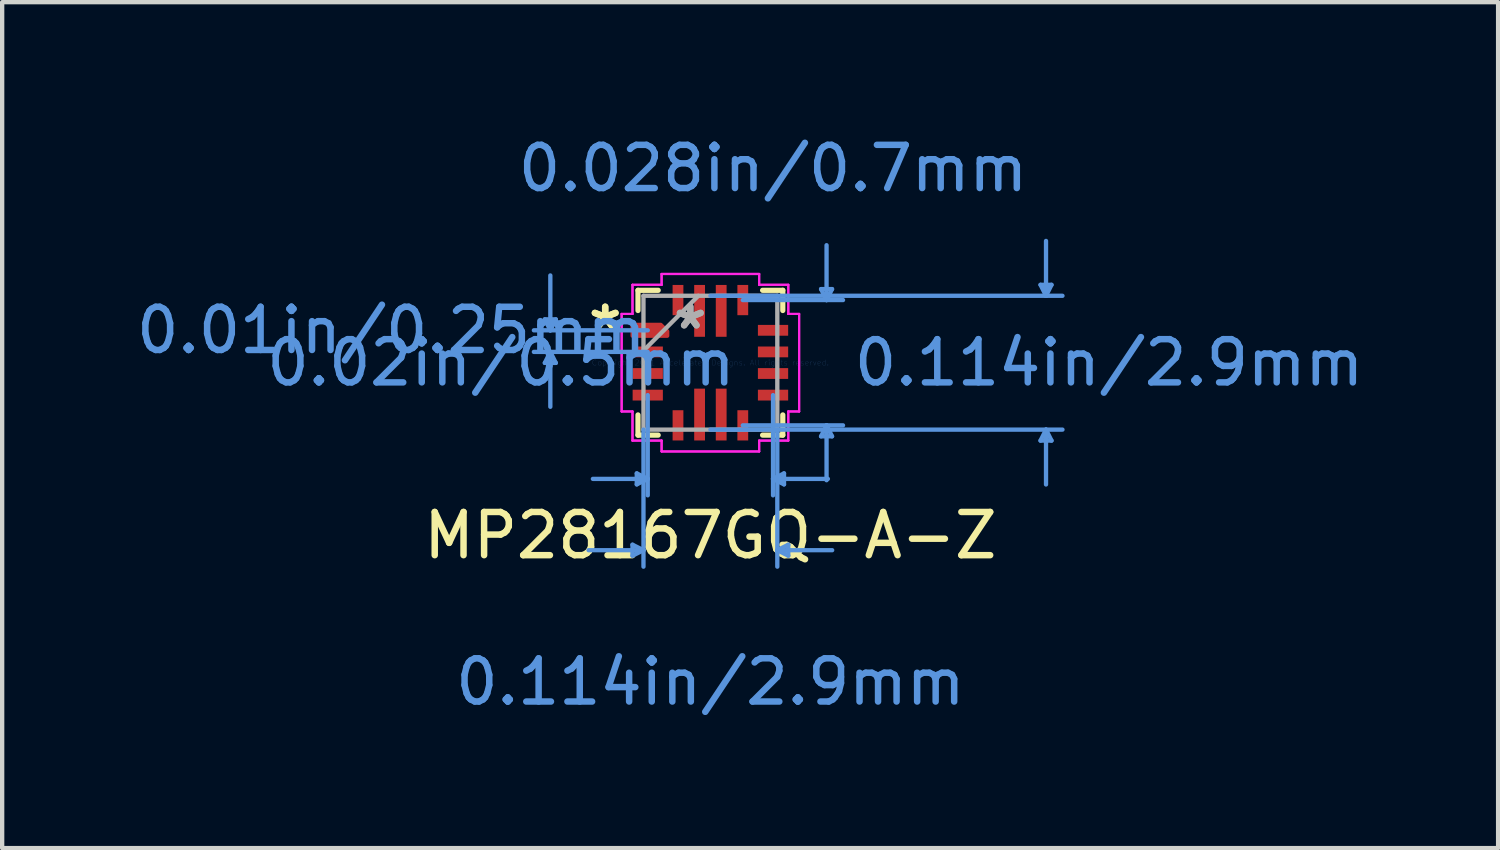
<source format=kicad_pcb>
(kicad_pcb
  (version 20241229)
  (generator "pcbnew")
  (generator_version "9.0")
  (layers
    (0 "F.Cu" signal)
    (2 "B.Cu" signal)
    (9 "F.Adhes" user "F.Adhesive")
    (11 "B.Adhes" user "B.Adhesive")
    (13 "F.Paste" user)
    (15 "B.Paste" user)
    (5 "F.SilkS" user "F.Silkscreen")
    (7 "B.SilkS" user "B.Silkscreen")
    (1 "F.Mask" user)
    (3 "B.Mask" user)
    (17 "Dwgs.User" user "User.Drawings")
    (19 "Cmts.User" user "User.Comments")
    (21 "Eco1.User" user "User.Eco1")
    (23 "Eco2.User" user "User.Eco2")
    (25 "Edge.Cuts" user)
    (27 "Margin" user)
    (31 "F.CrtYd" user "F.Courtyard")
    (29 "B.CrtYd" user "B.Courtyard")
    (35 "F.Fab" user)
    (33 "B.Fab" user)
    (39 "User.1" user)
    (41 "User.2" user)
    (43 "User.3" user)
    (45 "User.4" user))
  (footprint "MP28167GQ-A-Z"
    (layer "F.Cu")
    (at 13.394 5.346)
    (property "Reference" "MP28167GQ-A-Z" (at 0 4 0) (layer "F.SilkS") (effects (font (size 1 1) (thickness 0.15))))
    (attr through_hole)
    (fp_poly (pts (xy -1.8 -0.875) (xy -1.8 -0.625) (xy -1 -0.625) (xy -1 -0.725) (xy -1.15 -0.875)) (stroke (width 0.1) (type solid)) (fill yes) (layer "F.Cu"))
    (fp_poly (pts (xy -1.8 -0.875) (xy -1.8 -0.625) (xy -1 -0.625) (xy -1 -0.725) (xy -1.15 -0.875)) (stroke (width 0.1) (type solid)) (fill yes) (layer "F.Mask"))
    (fp_line (start -1.676 -1.676) (end -1.676 -1.208) (stroke (width 0.12) (type solid)) (layer "F.SilkS"))
    (fp_line (start -1.676 1.208) (end -1.676 1.676) (stroke (width 0.12) (type solid)) (layer "F.SilkS"))
    (fp_line (start -1.676 1.676) (end -1.208 1.676) (stroke (width 0.12) (type solid)) (layer "F.SilkS"))
    (fp_line (start -1.208 -1.676) (end -1.676 -1.676) (stroke (width 0.12) (type solid)) (layer "F.SilkS"))
    (fp_line (start 1.208 1.676) (end 1.676 1.676) (stroke (width 0.12) (type solid)) (layer "F.SilkS"))
    (fp_line (start 1.676 -1.676) (end 1.208 -1.676) (stroke (width 0.12) (type solid)) (layer "F.SilkS"))
    (fp_line (start 1.676 -1.208) (end 1.676 -1.676) (stroke (width 0.12) (type solid)) (layer "F.SilkS"))
    (fp_line (start 1.676 1.676) (end 1.676 1.208) (stroke (width 0.12) (type solid)) (layer "F.SilkS"))
    (fp_poly (pts (xy -1.8 -0.875) (xy -1.8 -0.625) (xy -1 -0.625) (xy -1 -0.725) (xy -1.15 -0.875)) (stroke (width 0.1) (type solid)) (fill yes) (layer "F.Paste"))
    (fp_line (start -3.832 -1.004) (end -3.578 -1.004) (stroke (width 0.1) (type solid)) (layer "Cmts.User"))
    (fp_line (start -3.832 0.004) (end -3.578 0.004) (stroke (width 0.1) (type solid)) (layer "Cmts.User"))
    (fp_line (start -3.705 -0.75) (end -3.832 -1.004) (stroke (width 0.1) (type solid)) (layer "Cmts.User"))
    (fp_line (start -3.705 -0.75) (end -3.705 -2.02) (stroke (width 0.1) (type solid)) (layer "Cmts.User"))
    (fp_line (start -3.705 -0.75) (end -3.578 -1.004) (stroke (width 0.1) (type solid)) (layer "Cmts.User"))
    (fp_line (start -3.705 -0.25) (end -3.832 0.004) (stroke (width 0.1) (type solid)) (layer "Cmts.User"))
    (fp_line (start -3.705 -0.25) (end -3.705 1.02) (stroke (width 0.1) (type solid)) (layer "Cmts.User"))
    (fp_line (start -3.705 -0.25) (end -3.578 0.004) (stroke (width 0.1) (type solid)) (layer "Cmts.User"))
    (fp_line (start -1.803 4.213) (end -1.803 4.467) (stroke (width 0.1) (type solid)) (layer "Cmts.User"))
    (fp_line (start -1.704 2.562) (end -1.704 2.816) (stroke (width 0.1) (type solid)) (layer "Cmts.User"))
    (fp_line (start -1.549 1.549) (end -1.549 4.721) (stroke (width 0.1) (type solid)) (layer "Cmts.User"))
    (fp_line (start -1.549 4.34) (end -2.819 4.34) (stroke (width 0.1) (type solid)) (layer "Cmts.User"))
    (fp_line (start -1.549 4.34) (end -1.803 4.213) (stroke (width 0.1) (type solid)) (layer "Cmts.User"))
    (fp_line (start -1.549 4.34) (end -1.803 4.467) (stroke (width 0.1) (type solid)) (layer "Cmts.User"))
    (fp_line (start -1.45 -0.75) (end -4.086 -0.75) (stroke (width 0.1) (type solid)) (layer "Cmts.User"))
    (fp_line (start -1.45 -0.25) (end -4.086 -0.25) (stroke (width 0.1) (type solid)) (layer "Cmts.User"))
    (fp_line (start -1.45 0.75) (end -1.45 3.07) (stroke (width 0.1) (type solid)) (layer "Cmts.User"))
    (fp_line (start -1.45 2.689) (end -2.72 2.689) (stroke (width 0.1) (type solid)) (layer "Cmts.User"))
    (fp_line (start -1.45 2.689) (end -1.704 2.562) (stroke (width 0.1) (type solid)) (layer "Cmts.User"))
    (fp_line (start -1.45 2.689) (end -1.704 2.816) (stroke (width 0.1) (type solid)) (layer "Cmts.User"))
    (fp_line (start 0 -1.549) (end 8.15 -1.549) (stroke (width 0.1) (type solid)) (layer "Cmts.User"))
    (fp_line (start 0 1.549) (end 8.15 1.549) (stroke (width 0.1) (type solid)) (layer "Cmts.User"))
    (fp_line (start 0.75 -1.45) (end 3.07 -1.45) (stroke (width 0.1) (type solid)) (layer "Cmts.User"))
    (fp_line (start 0.75 1.45) (end 3.07 1.45) (stroke (width 0.1) (type solid)) (layer "Cmts.User"))
    (fp_line (start 1.45 0.75) (end 1.45 3.07) (stroke (width 0.1) (type solid)) (layer "Cmts.User"))
    (fp_line (start 1.45 2.689) (end 1.704 2.562) (stroke (width 0.1) (type solid)) (layer "Cmts.User"))
    (fp_line (start 1.45 2.689) (end 1.704 2.816) (stroke (width 0.1) (type solid)) (layer "Cmts.User"))
    (fp_line (start 1.45 2.689) (end 2.72 2.689) (stroke (width 0.1) (type solid)) (layer "Cmts.User"))
    (fp_line (start 1.549 1.549) (end 1.549 4.721) (stroke (width 0.1) (type solid)) (layer "Cmts.User"))
    (fp_line (start 1.549 4.34) (end 1.803 4.213) (stroke (width 0.1) (type solid)) (layer "Cmts.User"))
    (fp_line (start 1.549 4.34) (end 1.803 4.467) (stroke (width 0.1) (type solid)) (layer "Cmts.User"))
    (fp_line (start 1.549 4.34) (end 2.819 4.34) (stroke (width 0.1) (type solid)) (layer "Cmts.User"))
    (fp_line (start 1.704 2.562) (end 1.704 2.816) (stroke (width 0.1) (type solid)) (layer "Cmts.User"))
    (fp_line (start 1.803 4.213) (end 1.803 4.467) (stroke (width 0.1) (type solid)) (layer "Cmts.User"))
    (fp_line (start 2.562 -1.704) (end 2.816 -1.704) (stroke (width 0.1) (type solid)) (layer "Cmts.User"))
    (fp_line (start 2.562 1.704) (end 2.816 1.704) (stroke (width 0.1) (type solid)) (layer "Cmts.User"))
    (fp_line (start 2.689 -1.45) (end 2.562 -1.704) (stroke (width 0.1) (type solid)) (layer "Cmts.User"))
    (fp_line (start 2.689 -1.45) (end 2.689 -2.72) (stroke (width 0.1) (type solid)) (layer "Cmts.User"))
    (fp_line (start 2.689 -1.45) (end 2.816 -1.704) (stroke (width 0.1) (type solid)) (layer "Cmts.User"))
    (fp_line (start 2.689 1.45) (end 2.562 1.704) (stroke (width 0.1) (type solid)) (layer "Cmts.User"))
    (fp_line (start 2.689 1.45) (end 2.689 2.72) (stroke (width 0.1) (type solid)) (layer "Cmts.User"))
    (fp_line (start 2.689 1.45) (end 2.816 1.704) (stroke (width 0.1) (type solid)) (layer "Cmts.User"))
    (fp_line (start 7.642 -1.803) (end 7.896 -1.803) (stroke (width 0.1) (type solid)) (layer "Cmts.User"))
    (fp_line (start 7.642 1.803) (end 7.896 1.803) (stroke (width 0.1) (type solid)) (layer "Cmts.User"))
    (fp_line (start 7.769 -1.549) (end 7.642 -1.803) (stroke (width 0.1) (type solid)) (layer "Cmts.User"))
    (fp_line (start 7.769 -1.549) (end 7.769 -2.819) (stroke (width 0.1) (type solid)) (layer "Cmts.User"))
    (fp_line (start 7.769 -1.549) (end 7.896 -1.803) (stroke (width 0.1) (type solid)) (layer "Cmts.User"))
    (fp_line (start 7.769 1.549) (end 7.642 1.803) (stroke (width 0.1) (type solid)) (layer "Cmts.User"))
    (fp_line (start 7.769 1.549) (end 7.769 2.819) (stroke (width 0.1) (type solid)) (layer "Cmts.User"))
    (fp_line (start 7.769 1.549) (end 7.896 1.803) (stroke (width 0.1) (type solid)) (layer "Cmts.User"))
    (fp_line (start -2.054 -1.129) (end -1.803 -1.129) (stroke (width 0.05) (type solid)) (layer "F.CrtYd"))
    (fp_line (start -2.054 -1.129) (end -1.803 -1.129) (stroke (width 0.05) (type solid)) (layer "F.CrtYd"))
    (fp_line (start -2.054 1.129) (end -2.054 -1.129) (stroke (width 0.05) (type solid)) (layer "F.CrtYd"))
    (fp_line (start -2.054 1.129) (end -2.054 -1.129) (stroke (width 0.05) (type solid)) (layer "F.CrtYd"))
    (fp_line (start -1.803 -1.803) (end -1.129 -1.803) (stroke (width 0.05) (type solid)) (layer "F.CrtYd"))
    (fp_line (start -1.803 -1.803) (end -1.129 -1.803) (stroke (width 0.05) (type solid)) (layer "F.CrtYd"))
    (fp_line (start -1.803 -1.129) (end -1.803 -1.803) (stroke (width 0.05) (type solid)) (layer "F.CrtYd"))
    (fp_line (start -1.803 -1.129) (end -1.803 -1.803) (stroke (width 0.05) (type solid)) (layer "F.CrtYd"))
    (fp_line (start -1.803 1.129) (end -2.054 1.129) (stroke (width 0.05) (type solid)) (layer "F.CrtYd"))
    (fp_line (start -1.803 1.129) (end -2.054 1.129) (stroke (width 0.05) (type solid)) (layer "F.CrtYd"))
    (fp_line (start -1.803 1.803) (end -1.803 1.129) (stroke (width 0.05) (type solid)) (layer "F.CrtYd"))
    (fp_line (start -1.803 1.803) (end -1.803 1.129) (stroke (width 0.05) (type solid)) (layer "F.CrtYd"))
    (fp_line (start -1.129 -2.054) (end 1.129 -2.054) (stroke (width 0.05) (type solid)) (layer "F.CrtYd"))
    (fp_line (start -1.129 -2.054) (end 1.129 -2.054) (stroke (width 0.05) (type solid)) (layer "F.CrtYd"))
    (fp_line (start -1.129 -1.803) (end -1.129 -2.054) (stroke (width 0.05) (type solid)) (layer "F.CrtYd"))
    (fp_line (start -1.129 -1.803) (end -1.129 -2.054) (stroke (width 0.05) (type solid)) (layer "F.CrtYd"))
    (fp_line (start -1.129 1.803) (end -1.803 1.803) (stroke (width 0.05) (type solid)) (layer "F.CrtYd"))
    (fp_line (start -1.129 1.803) (end -1.803 1.803) (stroke (width 0.05) (type solid)) (layer "F.CrtYd"))
    (fp_line (start -1.129 2.054) (end -1.129 1.803) (stroke (width 0.05) (type solid)) (layer "F.CrtYd"))
    (fp_line (start -1.129 2.054) (end -1.129 1.803) (stroke (width 0.05) (type solid)) (layer "F.CrtYd"))
    (fp_line (start 1.129 -2.054) (end 1.129 -1.803) (stroke (width 0.05) (type solid)) (layer "F.CrtYd"))
    (fp_line (start 1.129 -2.054) (end 1.129 -1.803) (stroke (width 0.05) (type solid)) (layer "F.CrtYd"))
    (fp_line (start 1.129 -1.803) (end 1.803 -1.803) (stroke (width 0.05) (type solid)) (layer "F.CrtYd"))
    (fp_line (start 1.129 -1.803) (end 1.803 -1.803) (stroke (width 0.05) (type solid)) (layer "F.CrtYd"))
    (fp_line (start 1.129 1.803) (end 1.129 2.054) (stroke (width 0.05) (type solid)) (layer "F.CrtYd"))
    (fp_line (start 1.129 1.803) (end 1.129 2.054) (stroke (width 0.05) (type solid)) (layer "F.CrtYd"))
    (fp_line (start 1.129 2.054) (end -1.129 2.054) (stroke (width 0.05) (type solid)) (layer "F.CrtYd"))
    (fp_line (start 1.129 2.054) (end -1.129 2.054) (stroke (width 0.05) (type solid)) (layer "F.CrtYd"))
    (fp_line (start 1.803 -1.803) (end 1.803 -1.129) (stroke (width 0.05) (type solid)) (layer "F.CrtYd"))
    (fp_line (start 1.803 -1.803) (end 1.803 -1.129) (stroke (width 0.05) (type solid)) (layer "F.CrtYd"))
    (fp_line (start 1.803 -1.129) (end 2.054 -1.129) (stroke (width 0.05) (type solid)) (layer "F.CrtYd"))
    (fp_line (start 1.803 -1.129) (end 2.054 -1.129) (stroke (width 0.05) (type solid)) (layer "F.CrtYd"))
    (fp_line (start 1.803 1.129) (end 1.803 1.803) (stroke (width 0.05) (type solid)) (layer "F.CrtYd"))
    (fp_line (start 1.803 1.129) (end 1.803 1.803) (stroke (width 0.05) (type solid)) (layer "F.CrtYd"))
    (fp_line (start 1.803 1.803) (end 1.129 1.803) (stroke (width 0.05) (type solid)) (layer "F.CrtYd"))
    (fp_line (start 1.803 1.803) (end 1.129 1.803) (stroke (width 0.05) (type solid)) (layer "F.CrtYd"))
    (fp_line (start 2.054 -1.129) (end 2.054 1.129) (stroke (width 0.05) (type solid)) (layer "F.CrtYd"))
    (fp_line (start 2.054 -1.129) (end 2.054 1.129) (stroke (width 0.05) (type solid)) (layer "F.CrtYd"))
    (fp_line (start 2.054 1.129) (end 1.803 1.129) (stroke (width 0.05) (type solid)) (layer "F.CrtYd"))
    (fp_line (start 2.054 1.129) (end 1.803 1.129) (stroke (width 0.05) (type solid)) (layer "F.CrtYd"))
    (fp_line (start -1.549 -1.549) (end -1.549 1.549) (stroke (width 0.1) (type solid)) (layer "F.Fab"))
    (fp_line (start -1.549 -0.279) (end -0.279 -1.549) (stroke (width 0.1) (type solid)) (layer "F.Fab"))
    (fp_line (start -1.549 1.549) (end 1.549 1.549) (stroke (width 0.1) (type solid)) (layer "F.Fab"))
    (fp_line (start 1.549 -1.549) (end -1.549 -1.549) (stroke (width 0.1) (type solid)) (layer "F.Fab"))
    (fp_line (start 1.549 1.549) (end 1.549 -1.549) (stroke (width 0.1) (type solid)) (layer "F.Fab"))
    (fp_text user "*" (at -2.435 -0.75 0) (layer "F.SilkS") (effects (font (size 1 1) (thickness 0.15))))
    (fp_text user "*" (at -2.435 -0.75 0) (layer "F.SilkS") (effects (font (size 1 1) (thickness 0.15))))
    (fp_text user "Copyright 2021 Accelerated Designs. All rights reserved." (at 0 0 0) (layer "Cmts.User") (effects (font (size 0.127 0.127) (thickness 0.002))))
    (fp_text user "0.02in/0.5mm" (at -4.848 0 0) (layer "Cmts.User") (effects (font (size 1 1) (thickness 0.15))))
    (fp_text user "0.114in/2.9mm" (at 9.228 0 0) (layer "Cmts.User") (effects (font (size 1 1) (thickness 0.15))))
    (fp_text user "0.114in/2.9mm" (at 0 7.388 0) (layer "Cmts.User") (effects (font (size 1 1) (thickness 0.15))))
    (fp_text user "0.028in/0.7mm" (at 1.45 -4.498 0) (layer "Cmts.User") (effects (font (size 1 1) (thickness 0.15))))
    (fp_text user "0.01in/0.25mm" (at -7.388 -0.75 0) (layer "Cmts.User") (effects (font (size 1 1) (thickness 0.15))))
    (fp_text user "*" (at -0.465 -0.75 0) (layer "F.Fab") (effects (font (size 1 1) (thickness 0.15))))
    (fp_text user "*" (at -0.465 -0.75 0) (layer "F.Fab") (effects (font (size 1 1) (thickness 0.15))))
    (pad "1" smd rect (at -1.45 -0.75) (size 0.127 0.127) (layers "F.Cu" "F.Mask" "F.Paste"))
    (pad "2" smd rect (at -1.45 -0.25) (size 0.7 0.25) (layers "F.Cu" "F.Mask" "F.Paste"))
    (pad "3" smd rect (at -1.45 0.25) (size 0.7 0.25) (layers "F.Cu" "F.Mask" "F.Paste"))
    (pad "4" smd rect (at -1.45 0.75) (size 0.7 0.25) (layers "F.Cu" "F.Mask" "F.Paste"))
    (pad "5" smd rect (at -0.75 1.45 90) (size 0.7 0.25) (layers "F.Cu" "F.Mask" "F.Paste"))
    (pad "6" smd rect (at -0.25 1.2 90) (size 1.2 0.25) (layers "F.Cu" "F.Mask" "F.Paste"))
    (pad "7" smd rect (at 0.25 1.2 90) (size 1.2 0.25) (layers "F.Cu" "F.Mask" "F.Paste"))
    (pad "8" smd rect (at 0.75 1.45 90) (size 0.7 0.25) (layers "F.Cu" "F.Mask" "F.Paste"))
    (pad "9" smd rect (at 1.45 0.75) (size 0.7 0.25) (layers "F.Cu" "F.Mask" "F.Paste"))
    (pad "10" smd rect (at 1.45 0.25) (size 0.7 0.25) (layers "F.Cu" "F.Mask" "F.Paste"))
    (pad "11" smd rect (at 1.45 -0.25) (size 0.7 0.25) (layers "F.Cu" "F.Mask" "F.Paste"))
    (pad "12" smd rect (at 1.45 -0.75) (size 0.7 0.25) (layers "F.Cu" "F.Mask" "F.Paste"))
    (pad "13" smd rect (at 0.75 -1.45 90) (size 0.7 0.25) (layers "F.Cu" "F.Mask" "F.Paste"))
    (pad "14" smd rect (at 0.25 -1.2 90) (size 1.2 0.25) (layers "F.Cu" "F.Mask" "F.Paste"))
    (pad "15" smd rect (at -0.25 -1.2 90) (size 1.2 0.25) (layers "F.Cu" "F.Mask" "F.Paste"))
    (pad "16" smd rect (at -0.75 -1.45 90) (size 0.7 0.25) (layers "F.Cu" "F.Mask" "F.Paste")))
  (gr_rect
    (start -3 -3)
    (end 31.628 16.582)
    (stroke (width 0.1) (type default))
    (fill no)
    (layer "Edge.Cuts")))
</source>
